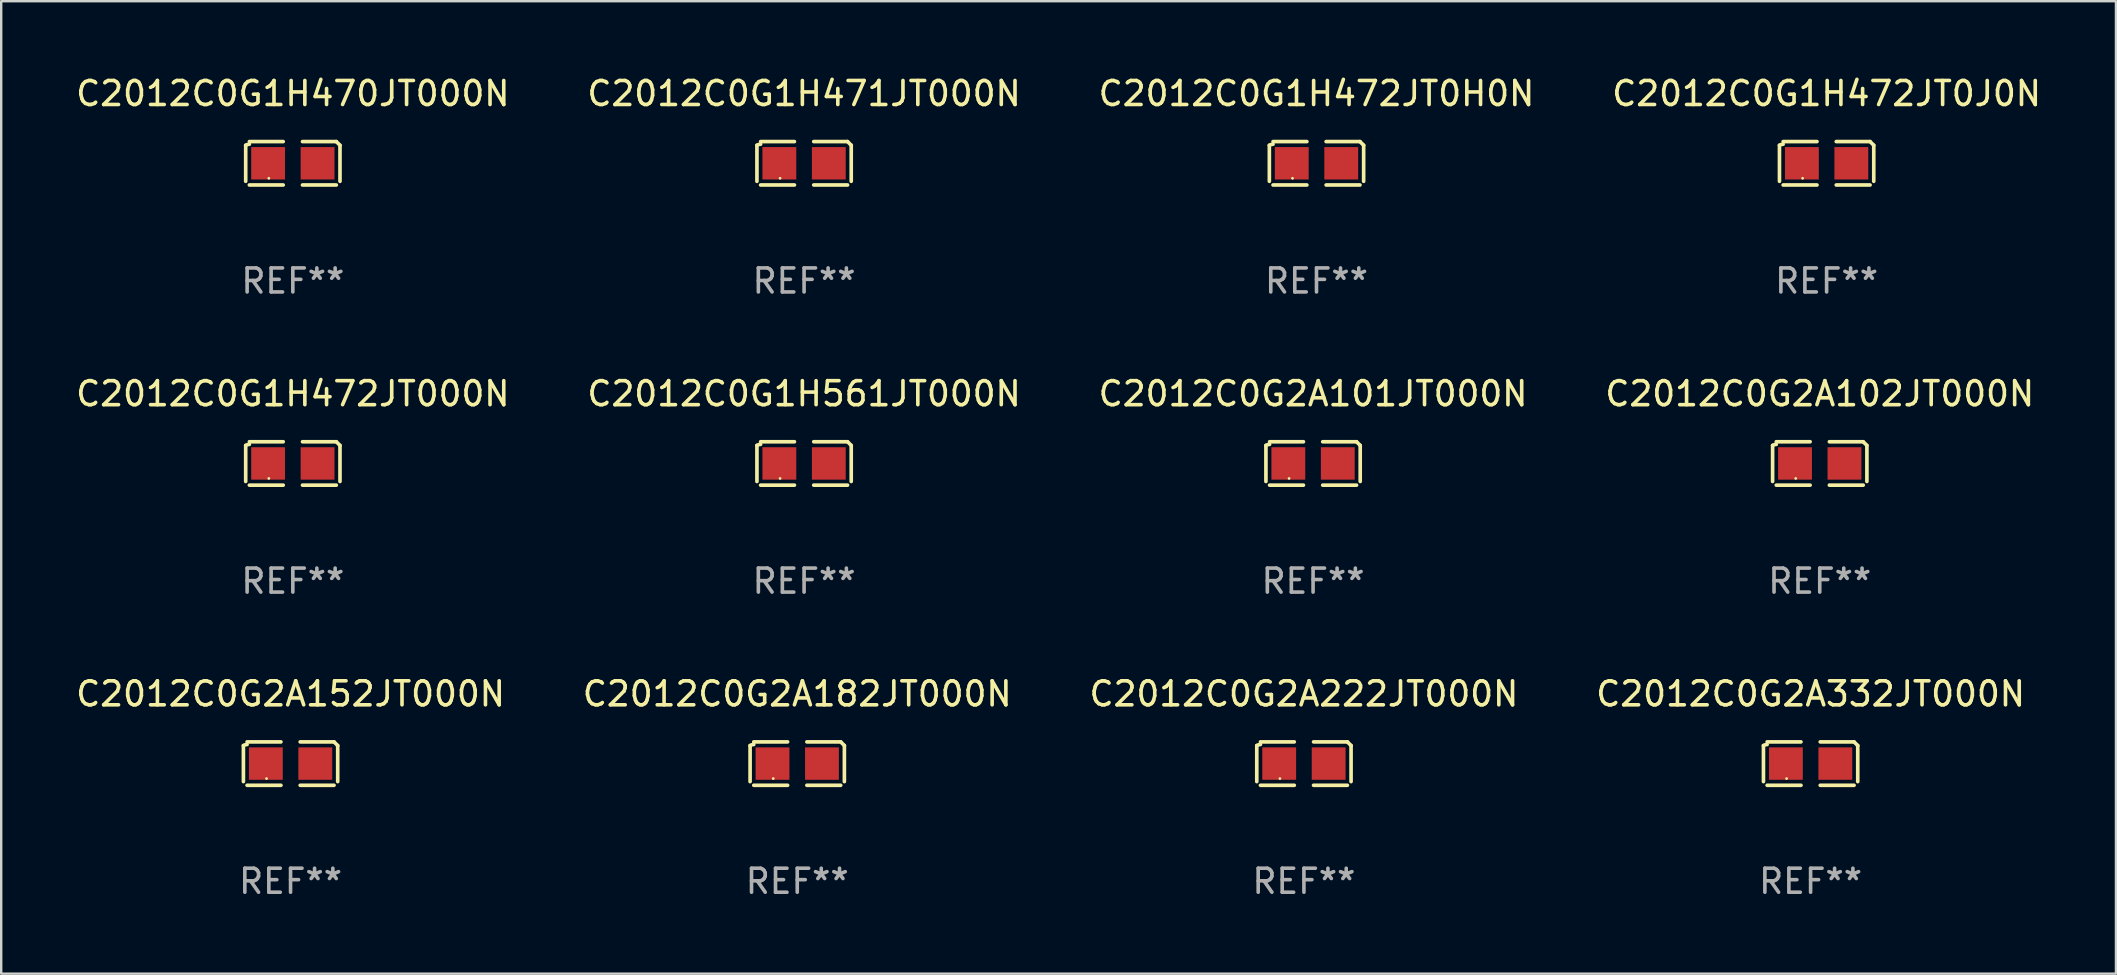
<source format=kicad_pcb>
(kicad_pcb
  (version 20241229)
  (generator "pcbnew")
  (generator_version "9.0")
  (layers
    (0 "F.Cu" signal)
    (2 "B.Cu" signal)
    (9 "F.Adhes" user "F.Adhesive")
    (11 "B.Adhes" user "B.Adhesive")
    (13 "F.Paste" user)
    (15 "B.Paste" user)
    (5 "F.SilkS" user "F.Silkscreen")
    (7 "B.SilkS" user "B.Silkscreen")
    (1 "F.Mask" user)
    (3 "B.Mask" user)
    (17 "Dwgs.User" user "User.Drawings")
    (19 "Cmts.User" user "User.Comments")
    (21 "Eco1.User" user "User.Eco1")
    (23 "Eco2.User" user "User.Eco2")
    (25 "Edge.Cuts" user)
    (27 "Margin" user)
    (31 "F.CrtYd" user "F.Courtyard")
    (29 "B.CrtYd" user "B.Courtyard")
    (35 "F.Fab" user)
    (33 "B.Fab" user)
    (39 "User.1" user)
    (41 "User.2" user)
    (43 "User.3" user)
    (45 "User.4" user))
  (footprint "C2012C0G1H472JT000N"
    (layer "F.Cu")
    (at 9.149 16.256)
    (property "Reference" "C2012C0G1H472JT000N" (at 0 -2.904 0) (layer "F.SilkS") (effects (font (size 1 1) (thickness 0.15))))
    (attr through_hole)
    (fp_line (start -1.964 0.751) (end -1.964 -0.751) (stroke (width 0.152) (type solid)) (layer "F.SilkS"))
    (fp_line (start -1.811 -0.904) (end -0.401 -0.904) (stroke (width 0.152) (type solid)) (layer "F.SilkS"))
    (fp_line (start -0.401 0.904) (end -1.811 0.904) (stroke (width 0.152) (type solid)) (layer "F.SilkS"))
    (fp_line (start 0.401 0.904) (end 1.811 0.904) (stroke (width 0.152) (type solid)) (layer "F.SilkS"))
    (fp_line (start 1.811 -0.904) (end 0.401 -0.904) (stroke (width 0.152) (type solid)) (layer "F.SilkS"))
    (fp_line (start 1.964 0.751) (end 1.964 -0.751) (stroke (width 0.152) (type solid)) (layer "F.SilkS"))
    (fp_arc (start -1.963602 -0.751207) (mid -1.890354 -0.783131) (end -1.811201 -0.794044) (stroke (width 0.1524) (type solid)) (layer "F.SilkS"))
    (fp_arc (start 1.811202 -0.903607) (mid 1.887413 -0.827418) (end 1.963602 -0.751207) (stroke (width 0.1524) (type solid)) (layer "F.SilkS"))
    (fp_circle (center -1 0.625) (end -0.97 0.625) (stroke (width 0.06) (type solid)) (fill no) (layer "F.SilkS"))
    (fp_text user "REF**" (at 0 4.904 0) (layer "F.Fab") (effects (font (size 1 1) (thickness 0.15))))
    (pad "1" smd rect (at -1.03 0) (size 1.41 1.35) (layers "F.Cu" "F.Mask" "F.Paste"))
    (pad "2" smd rect (at 1.03 0) (size 1.41 1.35) (layers "F.Cu" "F.Mask" "F.Paste")))
  (footprint "C2012C0G1H472JT0H0N"
    (layer "F.Cu")
    (at 51.792 3.752)
    (property "Reference" "C2012C0G1H472JT0H0N" (at 0 -2.904 0) (layer "F.SilkS") (effects (font (size 1 1) (thickness 0.15))))
    (attr through_hole)
    (fp_line (start -1.964 0.751) (end -1.964 -0.751) (stroke (width 0.152) (type solid)) (layer "F.SilkS"))
    (fp_line (start -1.811 -0.904) (end -0.401 -0.904) (stroke (width 0.152) (type solid)) (layer "F.SilkS"))
    (fp_line (start -0.401 0.904) (end -1.811 0.904) (stroke (width 0.152) (type solid)) (layer "F.SilkS"))
    (fp_line (start 0.401 0.904) (end 1.811 0.904) (stroke (width 0.152) (type solid)) (layer "F.SilkS"))
    (fp_line (start 1.811 -0.904) (end 0.401 -0.904) (stroke (width 0.152) (type solid)) (layer "F.SilkS"))
    (fp_line (start 1.964 0.751) (end 1.964 -0.751) (stroke (width 0.152) (type solid)) (layer "F.SilkS"))
    (fp_arc (start -1.963602 -0.751207) (mid -1.890354 -0.783131) (end -1.811201 -0.794044) (stroke (width 0.1524) (type solid)) (layer "F.SilkS"))
    (fp_arc (start 1.811202 -0.903607) (mid 1.887413 -0.827418) (end 1.963602 -0.751207) (stroke (width 0.1524) (type solid)) (layer "F.SilkS"))
    (fp_circle (center -1 0.625) (end -0.97 0.625) (stroke (width 0.06) (type solid)) (fill no) (layer "F.SilkS"))
    (fp_text user "REF**" (at 0 4.904 0) (layer "F.Fab") (effects (font (size 1 1) (thickness 0.15))))
    (pad "1" smd rect (at -1.03 0) (size 1.41 1.35) (layers "F.Cu" "F.Mask" "F.Paste"))
    (pad "2" smd rect (at 1.03 0) (size 1.41 1.35) (layers "F.Cu" "F.Mask" "F.Paste")))
  (footprint "C2012C0G2A222JT000N"
    (layer "F.Cu")
    (at 51.268 28.759)
    (property "Reference" "C2012C0G2A222JT000N" (at 0 -2.904 0) (layer "F.SilkS") (effects (font (size 1 1) (thickness 0.15))))
    (attr through_hole)
    (fp_line (start -1.964 0.751) (end -1.964 -0.751) (stroke (width 0.152) (type solid)) (layer "F.SilkS"))
    (fp_line (start -1.811 -0.904) (end -0.401 -0.904) (stroke (width 0.152) (type solid)) (layer "F.SilkS"))
    (fp_line (start -0.401 0.904) (end -1.811 0.904) (stroke (width 0.152) (type solid)) (layer "F.SilkS"))
    (fp_line (start 0.401 0.904) (end 1.811 0.904) (stroke (width 0.152) (type solid)) (layer "F.SilkS"))
    (fp_line (start 1.811 -0.904) (end 0.401 -0.904) (stroke (width 0.152) (type solid)) (layer "F.SilkS"))
    (fp_line (start 1.964 0.751) (end 1.964 -0.751) (stroke (width 0.152) (type solid)) (layer "F.SilkS"))
    (fp_arc (start -1.963602 -0.751207) (mid -1.890354 -0.783131) (end -1.811201 -0.794044) (stroke (width 0.1524) (type solid)) (layer "F.SilkS"))
    (fp_arc (start 1.811202 -0.903607) (mid 1.887413 -0.827418) (end 1.963602 -0.751207) (stroke (width 0.1524) (type solid)) (layer "F.SilkS"))
    (fp_circle (center -1 0.625) (end -0.97 0.625) (stroke (width 0.06) (type solid)) (fill no) (layer "F.SilkS"))
    (fp_text user "REF**" (at 0 4.904 0) (layer "F.Fab") (effects (font (size 1 1) (thickness 0.15))))
    (pad "1" smd rect (at -1.03 0) (size 1.41 1.35) (layers "F.Cu" "F.Mask" "F.Paste"))
    (pad "2" smd rect (at 1.03 0) (size 1.41 1.35) (layers "F.Cu" "F.Mask" "F.Paste")))
  (footprint "C2012C0G2A152JT000N"
    (layer "F.Cu")
    (at 9.054 28.759)
    (property "Reference" "C2012C0G2A152JT000N" (at 0 -2.904 0) (layer "F.SilkS") (effects (font (size 1 1) (thickness 0.15))))
    (attr through_hole)
    (fp_line (start -1.964 0.751) (end -1.964 -0.751) (stroke (width 0.152) (type solid)) (layer "F.SilkS"))
    (fp_line (start -1.811 -0.904) (end -0.401 -0.904) (stroke (width 0.152) (type solid)) (layer "F.SilkS"))
    (fp_line (start -0.401 0.904) (end -1.811 0.904) (stroke (width 0.152) (type solid)) (layer "F.SilkS"))
    (fp_line (start 0.401 0.904) (end 1.811 0.904) (stroke (width 0.152) (type solid)) (layer "F.SilkS"))
    (fp_line (start 1.811 -0.904) (end 0.401 -0.904) (stroke (width 0.152) (type solid)) (layer "F.SilkS"))
    (fp_line (start 1.964 0.751) (end 1.964 -0.751) (stroke (width 0.152) (type solid)) (layer "F.SilkS"))
    (fp_arc (start -1.963602 -0.751207) (mid -1.890354 -0.783131) (end -1.811201 -0.794044) (stroke (width 0.1524) (type solid)) (layer "F.SilkS"))
    (fp_arc (start 1.811202 -0.903607) (mid 1.887413 -0.827418) (end 1.963602 -0.751207) (stroke (width 0.1524) (type solid)) (layer "F.SilkS"))
    (fp_circle (center -1 0.625) (end -0.97 0.625) (stroke (width 0.06) (type solid)) (fill no) (layer "F.SilkS"))
    (fp_text user "REF**" (at 0 4.904 0) (layer "F.Fab") (effects (font (size 1 1) (thickness 0.15))))
    (pad "1" smd rect (at -1.03 0) (size 1.41 1.35) (layers "F.Cu" "F.Mask" "F.Paste"))
    (pad "2" smd rect (at 1.03 0) (size 1.41 1.35) (layers "F.Cu" "F.Mask" "F.Paste")))
  (footprint "C2012C0G2A332JT000N"
    (layer "F.Cu")
    (at 72.375 28.759)
    (property "Reference" "C2012C0G2A332JT000N" (at 0 -2.904 0) (layer "F.SilkS") (effects (font (size 1 1) (thickness 0.15))))
    (attr through_hole)
    (fp_line (start -1.964 0.751) (end -1.964 -0.751) (stroke (width 0.152) (type solid)) (layer "F.SilkS"))
    (fp_line (start -1.811 -0.904) (end -0.401 -0.904) (stroke (width 0.152) (type solid)) (layer "F.SilkS"))
    (fp_line (start -0.401 0.904) (end -1.811 0.904) (stroke (width 0.152) (type solid)) (layer "F.SilkS"))
    (fp_line (start 0.401 0.904) (end 1.811 0.904) (stroke (width 0.152) (type solid)) (layer "F.SilkS"))
    (fp_line (start 1.811 -0.904) (end 0.401 -0.904) (stroke (width 0.152) (type solid)) (layer "F.SilkS"))
    (fp_line (start 1.964 0.751) (end 1.964 -0.751) (stroke (width 0.152) (type solid)) (layer "F.SilkS"))
    (fp_arc (start -1.963602 -0.751207) (mid -1.890354 -0.783131) (end -1.811201 -0.794044) (stroke (width 0.1524) (type solid)) (layer "F.SilkS"))
    (fp_arc (start 1.811202 -0.903607) (mid 1.887413 -0.827418) (end 1.963602 -0.751207) (stroke (width 0.1524) (type solid)) (layer "F.SilkS"))
    (fp_circle (center -1 0.625) (end -0.97 0.625) (stroke (width 0.06) (type solid)) (fill no) (layer "F.SilkS"))
    (fp_text user "REF**" (at 0 4.904 0) (layer "F.Fab") (effects (font (size 1 1) (thickness 0.15))))
    (pad "1" smd rect (at -1.03 0) (size 1.41 1.35) (layers "F.Cu" "F.Mask" "F.Paste"))
    (pad "2" smd rect (at 1.03 0) (size 1.41 1.35) (layers "F.Cu" "F.Mask" "F.Paste")))
  (footprint "C2012C0G1H471JT000N"
    (layer "F.Cu")
    (at 30.446 3.752)
    (property "Reference" "C2012C0G1H471JT000N" (at 0 -2.904 0) (layer "F.SilkS") (effects (font (size 1 1) (thickness 0.15))))
    (attr through_hole)
    (fp_line (start -1.964 0.751) (end -1.964 -0.751) (stroke (width 0.152) (type solid)) (layer "F.SilkS"))
    (fp_line (start -1.811 -0.904) (end -0.401 -0.904) (stroke (width 0.152) (type solid)) (layer "F.SilkS"))
    (fp_line (start -0.401 0.904) (end -1.811 0.904) (stroke (width 0.152) (type solid)) (layer "F.SilkS"))
    (fp_line (start 0.401 0.904) (end 1.811 0.904) (stroke (width 0.152) (type solid)) (layer "F.SilkS"))
    (fp_line (start 1.811 -0.904) (end 0.401 -0.904) (stroke (width 0.152) (type solid)) (layer "F.SilkS"))
    (fp_line (start 1.964 0.751) (end 1.964 -0.751) (stroke (width 0.152) (type solid)) (layer "F.SilkS"))
    (fp_arc (start -1.963602 -0.751207) (mid -1.890354 -0.783131) (end -1.811201 -0.794044) (stroke (width 0.1524) (type solid)) (layer "F.SilkS"))
    (fp_arc (start 1.811202 -0.903607) (mid 1.887413 -0.827418) (end 1.963602 -0.751207) (stroke (width 0.1524) (type solid)) (layer "F.SilkS"))
    (fp_circle (center -1 0.625) (end -0.97 0.625) (stroke (width 0.06) (type solid)) (fill no) (layer "F.SilkS"))
    (fp_text user "REF**" (at 0 4.904 0) (layer "F.Fab") (effects (font (size 1 1) (thickness 0.15))))
    (pad "1" smd rect (at -1.03 0) (size 1.41 1.35) (layers "F.Cu" "F.Mask" "F.Paste"))
    (pad "2" smd rect (at 1.03 0) (size 1.41 1.35) (layers "F.Cu" "F.Mask" "F.Paste")))
  (footprint "C2012C0G2A102JT000N"
    (layer "F.Cu")
    (at 72.756 16.256)
    (property "Reference" "C2012C0G2A102JT000N" (at 0 -2.904 0) (layer "F.SilkS") (effects (font (size 1 1) (thickness 0.15))))
    (attr through_hole)
    (fp_line (start -1.964 0.751) (end -1.964 -0.751) (stroke (width 0.152) (type solid)) (layer "F.SilkS"))
    (fp_line (start -1.811 -0.904) (end -0.401 -0.904) (stroke (width 0.152) (type solid)) (layer "F.SilkS"))
    (fp_line (start -0.401 0.904) (end -1.811 0.904) (stroke (width 0.152) (type solid)) (layer "F.SilkS"))
    (fp_line (start 0.401 0.904) (end 1.811 0.904) (stroke (width 0.152) (type solid)) (layer "F.SilkS"))
    (fp_line (start 1.811 -0.904) (end 0.401 -0.904) (stroke (width 0.152) (type solid)) (layer "F.SilkS"))
    (fp_line (start 1.964 0.751) (end 1.964 -0.751) (stroke (width 0.152) (type solid)) (layer "F.SilkS"))
    (fp_arc (start -1.963602 -0.751207) (mid -1.890354 -0.783131) (end -1.811201 -0.794044) (stroke (width 0.1524) (type solid)) (layer "F.SilkS"))
    (fp_arc (start 1.811202 -0.903607) (mid 1.887413 -0.827418) (end 1.963602 -0.751207) (stroke (width 0.1524) (type solid)) (layer "F.SilkS"))
    (fp_circle (center -1 0.625) (end -0.97 0.625) (stroke (width 0.06) (type solid)) (fill no) (layer "F.SilkS"))
    (fp_text user "REF**" (at 0 4.904 0) (layer "F.Fab") (effects (font (size 1 1) (thickness 0.15))))
    (pad "1" smd rect (at -1.03 0) (size 1.41 1.35) (layers "F.Cu" "F.Mask" "F.Paste"))
    (pad "2" smd rect (at 1.03 0) (size 1.41 1.35) (layers "F.Cu" "F.Mask" "F.Paste")))
  (footprint "C2012C0G2A101JT000N"
    (layer "F.Cu")
    (at 51.649 16.256)
    (property "Reference" "C2012C0G2A101JT000N" (at 0 -2.904 0) (layer "F.SilkS") (effects (font (size 1 1) (thickness 0.15))))
    (attr through_hole)
    (fp_line (start -1.964 0.751) (end -1.964 -0.751) (stroke (width 0.152) (type solid)) (layer "F.SilkS"))
    (fp_line (start -1.811 -0.904) (end -0.401 -0.904) (stroke (width 0.152) (type solid)) (layer "F.SilkS"))
    (fp_line (start -0.401 0.904) (end -1.811 0.904) (stroke (width 0.152) (type solid)) (layer "F.SilkS"))
    (fp_line (start 0.401 0.904) (end 1.811 0.904) (stroke (width 0.152) (type solid)) (layer "F.SilkS"))
    (fp_line (start 1.811 -0.904) (end 0.401 -0.904) (stroke (width 0.152) (type solid)) (layer "F.SilkS"))
    (fp_line (start 1.964 0.751) (end 1.964 -0.751) (stroke (width 0.152) (type solid)) (layer "F.SilkS"))
    (fp_arc (start -1.963602 -0.751207) (mid -1.890354 -0.783131) (end -1.811201 -0.794044) (stroke (width 0.1524) (type solid)) (layer "F.SilkS"))
    (fp_arc (start 1.811202 -0.903607) (mid 1.887413 -0.827418) (end 1.963602 -0.751207) (stroke (width 0.1524) (type solid)) (layer "F.SilkS"))
    (fp_circle (center -1 0.625) (end -0.97 0.625) (stroke (width 0.06) (type solid)) (fill no) (layer "F.SilkS"))
    (fp_text user "REF**" (at 0 4.904 0) (layer "F.Fab") (effects (font (size 1 1) (thickness 0.15))))
    (pad "1" smd rect (at -1.03 0) (size 1.41 1.35) (layers "F.Cu" "F.Mask" "F.Paste"))
    (pad "2" smd rect (at 1.03 0) (size 1.41 1.35) (layers "F.Cu" "F.Mask" "F.Paste")))
  (footprint "C2012C0G1H561JT000N"
    (layer "F.Cu")
    (at 30.446 16.256)
    (property "Reference" "C2012C0G1H561JT000N" (at 0 -2.904 0) (layer "F.SilkS") (effects (font (size 1 1) (thickness 0.15))))
    (attr through_hole)
    (fp_line (start -1.964 0.751) (end -1.964 -0.751) (stroke (width 0.152) (type solid)) (layer "F.SilkS"))
    (fp_line (start -1.811 -0.904) (end -0.401 -0.904) (stroke (width 0.152) (type solid)) (layer "F.SilkS"))
    (fp_line (start -0.401 0.904) (end -1.811 0.904) (stroke (width 0.152) (type solid)) (layer "F.SilkS"))
    (fp_line (start 0.401 0.904) (end 1.811 0.904) (stroke (width 0.152) (type solid)) (layer "F.SilkS"))
    (fp_line (start 1.811 -0.904) (end 0.401 -0.904) (stroke (width 0.152) (type solid)) (layer "F.SilkS"))
    (fp_line (start 1.964 0.751) (end 1.964 -0.751) (stroke (width 0.152) (type solid)) (layer "F.SilkS"))
    (fp_arc (start -1.963602 -0.751207) (mid -1.890354 -0.783131) (end -1.811201 -0.794044) (stroke (width 0.1524) (type solid)) (layer "F.SilkS"))
    (fp_arc (start 1.811202 -0.903607) (mid 1.887413 -0.827418) (end 1.963602 -0.751207) (stroke (width 0.1524) (type solid)) (layer "F.SilkS"))
    (fp_circle (center -1 0.625) (end -0.97 0.625) (stroke (width 0.06) (type solid)) (fill no) (layer "F.SilkS"))
    (fp_text user "REF**" (at 0 4.904 0) (layer "F.Fab") (effects (font (size 1 1) (thickness 0.15))))
    (pad "1" smd rect (at -1.03 0) (size 1.41 1.35) (layers "F.Cu" "F.Mask" "F.Paste"))
    (pad "2" smd rect (at 1.03 0) (size 1.41 1.35) (layers "F.Cu" "F.Mask" "F.Paste")))
  (footprint "C2012C0G2A182JT000N"
    (layer "F.Cu")
    (at 30.161 28.759)
    (property "Reference" "C2012C0G2A182JT000N" (at 0 -2.904 0) (layer "F.SilkS") (effects (font (size 1 1) (thickness 0.15))))
    (attr through_hole)
    (fp_line (start -1.964 0.751) (end -1.964 -0.751) (stroke (width 0.152) (type solid)) (layer "F.SilkS"))
    (fp_line (start -1.811 -0.904) (end -0.401 -0.904) (stroke (width 0.152) (type solid)) (layer "F.SilkS"))
    (fp_line (start -0.401 0.904) (end -1.811 0.904) (stroke (width 0.152) (type solid)) (layer "F.SilkS"))
    (fp_line (start 0.401 0.904) (end 1.811 0.904) (stroke (width 0.152) (type solid)) (layer "F.SilkS"))
    (fp_line (start 1.811 -0.904) (end 0.401 -0.904) (stroke (width 0.152) (type solid)) (layer "F.SilkS"))
    (fp_line (start 1.964 0.751) (end 1.964 -0.751) (stroke (width 0.152) (type solid)) (layer "F.SilkS"))
    (fp_arc (start -1.963602 -0.751207) (mid -1.890354 -0.783131) (end -1.811201 -0.794044) (stroke (width 0.1524) (type solid)) (layer "F.SilkS"))
    (fp_arc (start 1.811202 -0.903607) (mid 1.887413 -0.827418) (end 1.963602 -0.751207) (stroke (width 0.1524) (type solid)) (layer "F.SilkS"))
    (fp_circle (center -1 0.625) (end -0.97 0.625) (stroke (width 0.06) (type solid)) (fill no) (layer "F.SilkS"))
    (fp_text user "REF**" (at 0 4.904 0) (layer "F.Fab") (effects (font (size 1 1) (thickness 0.15))))
    (pad "1" smd rect (at -1.03 0) (size 1.41 1.35) (layers "F.Cu" "F.Mask" "F.Paste"))
    (pad "2" smd rect (at 1.03 0) (size 1.41 1.35) (layers "F.Cu" "F.Mask" "F.Paste")))
  (footprint "C2012C0G1H472JT0J0N"
    (layer "F.Cu")
    (at 73.042 3.752)
    (property "Reference" "C2012C0G1H472JT0J0N" (at 0 -2.904 0) (layer "F.SilkS") (effects (font (size 1 1) (thickness 0.15))))
    (attr through_hole)
    (fp_line (start -1.964 0.751) (end -1.964 -0.751) (stroke (width 0.152) (type solid)) (layer "F.SilkS"))
    (fp_line (start -1.811 -0.904) (end -0.401 -0.904) (stroke (width 0.152) (type solid)) (layer "F.SilkS"))
    (fp_line (start -0.401 0.904) (end -1.811 0.904) (stroke (width 0.152) (type solid)) (layer "F.SilkS"))
    (fp_line (start 0.401 0.904) (end 1.811 0.904) (stroke (width 0.152) (type solid)) (layer "F.SilkS"))
    (fp_line (start 1.811 -0.904) (end 0.401 -0.904) (stroke (width 0.152) (type solid)) (layer "F.SilkS"))
    (fp_line (start 1.964 0.751) (end 1.964 -0.751) (stroke (width 0.152) (type solid)) (layer "F.SilkS"))
    (fp_arc (start -1.963602 -0.751207) (mid -1.890354 -0.783131) (end -1.811201 -0.794044) (stroke (width 0.1524) (type solid)) (layer "F.SilkS"))
    (fp_arc (start 1.811202 -0.903607) (mid 1.887413 -0.827418) (end 1.963602 -0.751207) (stroke (width 0.1524) (type solid)) (layer "F.SilkS"))
    (fp_circle (center -1 0.625) (end -0.97 0.625) (stroke (width 0.06) (type solid)) (fill no) (layer "F.SilkS"))
    (fp_text user "REF**" (at 0 4.904 0) (layer "F.Fab") (effects (font (size 1 1) (thickness 0.15))))
    (pad "1" smd rect (at -1.03 0) (size 1.41 1.35) (layers "F.Cu" "F.Mask" "F.Paste"))
    (pad "2" smd rect (at 1.03 0) (size 1.41 1.35) (layers "F.Cu" "F.Mask" "F.Paste")))
  (footprint "C2012C0G1H470JT000N"
    (layer "F.Cu")
    (at 9.149 3.752)
    (property "Reference" "C2012C0G1H470JT000N" (at 0 -2.904 0) (layer "F.SilkS") (effects (font (size 1 1) (thickness 0.15))))
    (attr through_hole)
    (fp_line (start -1.964 0.751) (end -1.964 -0.751) (stroke (width 0.152) (type solid)) (layer "F.SilkS"))
    (fp_line (start -1.811 -0.904) (end -0.401 -0.904) (stroke (width 0.152) (type solid)) (layer "F.SilkS"))
    (fp_line (start -0.401 0.904) (end -1.811 0.904) (stroke (width 0.152) (type solid)) (layer "F.SilkS"))
    (fp_line (start 0.401 0.904) (end 1.811 0.904) (stroke (width 0.152) (type solid)) (layer "F.SilkS"))
    (fp_line (start 1.811 -0.904) (end 0.401 -0.904) (stroke (width 0.152) (type solid)) (layer "F.SilkS"))
    (fp_line (start 1.964 0.751) (end 1.964 -0.751) (stroke (width 0.152) (type solid)) (layer "F.SilkS"))
    (fp_arc (start -1.963602 -0.751207) (mid -1.890354 -0.783131) (end -1.811201 -0.794044) (stroke (width 0.1524) (type solid)) (layer "F.SilkS"))
    (fp_arc (start 1.811202 -0.903607) (mid 1.887413 -0.827418) (end 1.963602 -0.751207) (stroke (width 0.1524) (type solid)) (layer "F.SilkS"))
    (fp_circle (center -1 0.625) (end -0.97 0.625) (stroke (width 0.06) (type solid)) (fill no) (layer "F.SilkS"))
    (fp_text user "REF**" (at 0 4.904 0) (layer "F.Fab") (effects (font (size 1 1) (thickness 0.15))))
    (pad "1" smd rect (at -1.03 0) (size 1.41 1.35) (layers "F.Cu" "F.Mask" "F.Paste"))
    (pad "2" smd rect (at 1.03 0) (size 1.41 1.35) (layers "F.Cu" "F.Mask" "F.Paste")))
  (gr_rect
    (start -3 -3)
    (end 85.095 37.511)
    (stroke (width 0.1) (type default))
    (fill no)
    (layer "Edge.Cuts")))
</source>
